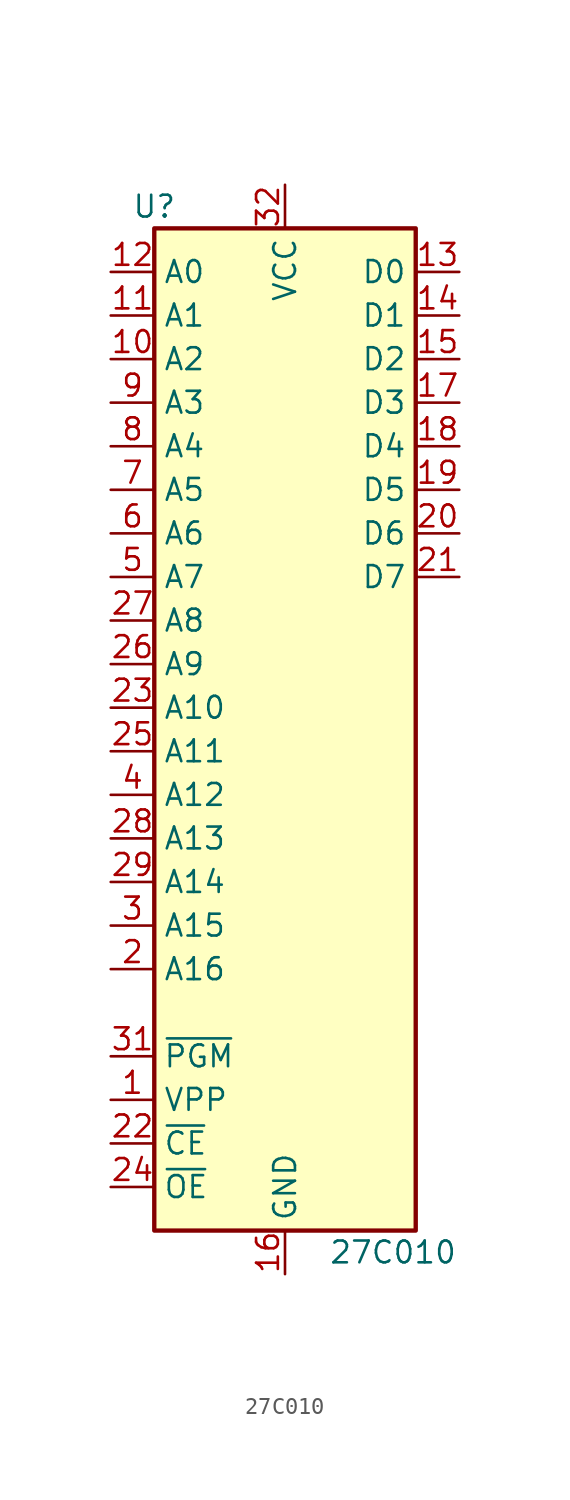
<source format=kicad_sym>
(kicad_symbol_lib
  (version 20220914)
  (generator kicad_symbol_editor)
  (symbol "27C010"
    (property "Reference" "U"
      (at -7.62 29.21 0)
      (effects (font (size 1.27 1.27))))
    (property "Value" "27C010"
      (at 2.54 -31.75 0)
      (effects (font (size 1.27 1.27)) (justify left)))
    (symbol "27C010_1_1"
      (rectangle (start -7.62 27.94) (end 7.62 -30.48) (stroke (width 0.254) (type default)) (fill (type background)))
      (pin input line (at -10.16 -22.86 0) (length 2.54) (name "VPP" (effects (font (size 1.27 1.27)))) (number "1" (effects (font (size 1.27 1.27)))))
      (pin input line (at -10.16 20.32 0) (length 2.54) (name "A2" (effects (font (size 1.27 1.27)))) (number "10" (effects (font (size 1.27 1.27)))))
      (pin input line (at -10.16 22.86 0) (length 2.54) (name "A1" (effects (font (size 1.27 1.27)))) (number "11" (effects (font (size 1.27 1.27)))))
      (pin input line (at -10.16 25.4 0) (length 2.54) (name "A0" (effects (font (size 1.27 1.27)))) (number "12" (effects (font (size 1.27 1.27)))))
      (pin tri_state line (at 10.16 25.4 180) (length 2.54) (name "D0" (effects (font (size 1.27 1.27)))) (number "13" (effects (font (size 1.27 1.27)))))
      (pin tri_state line (at 10.16 22.86 180) (length 2.54) (name "D1" (effects (font (size 1.27 1.27)))) (number "14" (effects (font (size 1.27 1.27)))))
      (pin tri_state line (at 10.16 20.32 180) (length 2.54) (name "D2" (effects (font (size 1.27 1.27)))) (number "15" (effects (font (size 1.27 1.27)))))
      (pin power_in line (at 0 -33.02 90) (length 2.54) (name "GND" (effects (font (size 1.27 1.27)))) (number "16" (effects (font (size 1.27 1.27)))))
      (pin tri_state line (at 10.16 17.78 180) (length 2.54) (name "D3" (effects (font (size 1.27 1.27)))) (number "17" (effects (font (size 1.27 1.27)))))
      (pin tri_state line (at 10.16 15.24 180) (length 2.54) (name "D4" (effects (font (size 1.27 1.27)))) (number "18" (effects (font (size 1.27 1.27)))))
      (pin tri_state line (at 10.16 12.7 180) (length 2.54) (name "D5" (effects (font (size 1.27 1.27)))) (number "19" (effects (font (size 1.27 1.27)))))
      (pin input line (at -10.16 -15.24 0) (length 2.54) (name "A16" (effects (font (size 1.27 1.27)))) (number "2" (effects (font (size 1.27 1.27)))))
      (pin tri_state line (at 10.16 10.16 180) (length 2.54) (name "D6" (effects (font (size 1.27 1.27)))) (number "20" (effects (font (size 1.27 1.27)))))
      (pin tri_state line (at 10.16 7.62 180) (length 2.54) (name "D7" (effects (font (size 1.27 1.27)))) (number "21" (effects (font (size 1.27 1.27)))))
      (pin input line (at -10.16 -25.4 0) (length 2.54) (name "~{CE}" (effects (font (size 1.27 1.27)))) (number "22" (effects (font (size 1.27 1.27)))))
      (pin input line (at -10.16 0 0) (length 2.54) (name "A10" (effects (font (size 1.27 1.27)))) (number "23" (effects (font (size 1.27 1.27)))))
      (pin input line (at -10.16 -27.94 0) (length 2.54) (name "~{OE}" (effects (font (size 1.27 1.27)))) (number "24" (effects (font (size 1.27 1.27)))))
      (pin input line (at -10.16 -2.54 0) (length 2.54) (name "A11" (effects (font (size 1.27 1.27)))) (number "25" (effects (font (size 1.27 1.27)))))
      (pin input line (at -10.16 2.54 0) (length 2.54) (name "A9" (effects (font (size 1.27 1.27)))) (number "26" (effects (font (size 1.27 1.27)))))
      (pin input line (at -10.16 5.08 0) (length 2.54) (name "A8" (effects (font (size 1.27 1.27)))) (number "27" (effects (font (size 1.27 1.27)))))
      (pin input line (at -10.16 -7.62 0) (length 2.54) (name "A13" (effects (font (size 1.27 1.27)))) (number "28" (effects (font (size 1.27 1.27)))))
      (pin input line (at -10.16 -10.16 0) (length 2.54) (name "A14" (effects (font (size 1.27 1.27)))) (number "29" (effects (font (size 1.27 1.27)))))
      (pin input line (at -10.16 -12.7 0) (length 2.54) (name "A15" (effects (font (size 1.27 1.27)))) (number "3" (effects (font (size 1.27 1.27)))))
      (pin input line (at -10.16 -20.32 0) (length 2.54) (name "~{PGM}" (effects (font (size 1.27 1.27)))) (number "31" (effects (font (size 1.27 1.27)))))
      (pin power_in line (at 0 30.48 270) (length 2.54) (name "VCC" (effects (font (size 1.27 1.27)))) (number "32" (effects (font (size 1.27 1.27)))))
      (pin input line (at -10.16 -5.08 0) (length 2.54) (name "A12" (effects (font (size 1.27 1.27)))) (number "4" (effects (font (size 1.27 1.27)))))
      (pin input line (at -10.16 7.62 0) (length 2.54) (name "A7" (effects (font (size 1.27 1.27)))) (number "5" (effects (font (size 1.27 1.27)))))
      (pin input line (at -10.16 10.16 0) (length 2.54) (name "A6" (effects (font (size 1.27 1.27)))) (number "6" (effects (font (size 1.27 1.27)))))
      (pin input line (at -10.16 12.7 0) (length 2.54) (name "A5" (effects (font (size 1.27 1.27)))) (number "7" (effects (font (size 1.27 1.27)))))
      (pin input line (at -10.16 15.24 0) (length 2.54) (name "A4" (effects (font (size 1.27 1.27)))) (number "8" (effects (font (size 1.27 1.27)))))
      (pin input line (at -10.16 17.78 0) (length 2.54) (name "A3" (effects (font (size 1.27 1.27)))) (number "9" (effects (font (size 1.27 1.27))))))))
</source>
